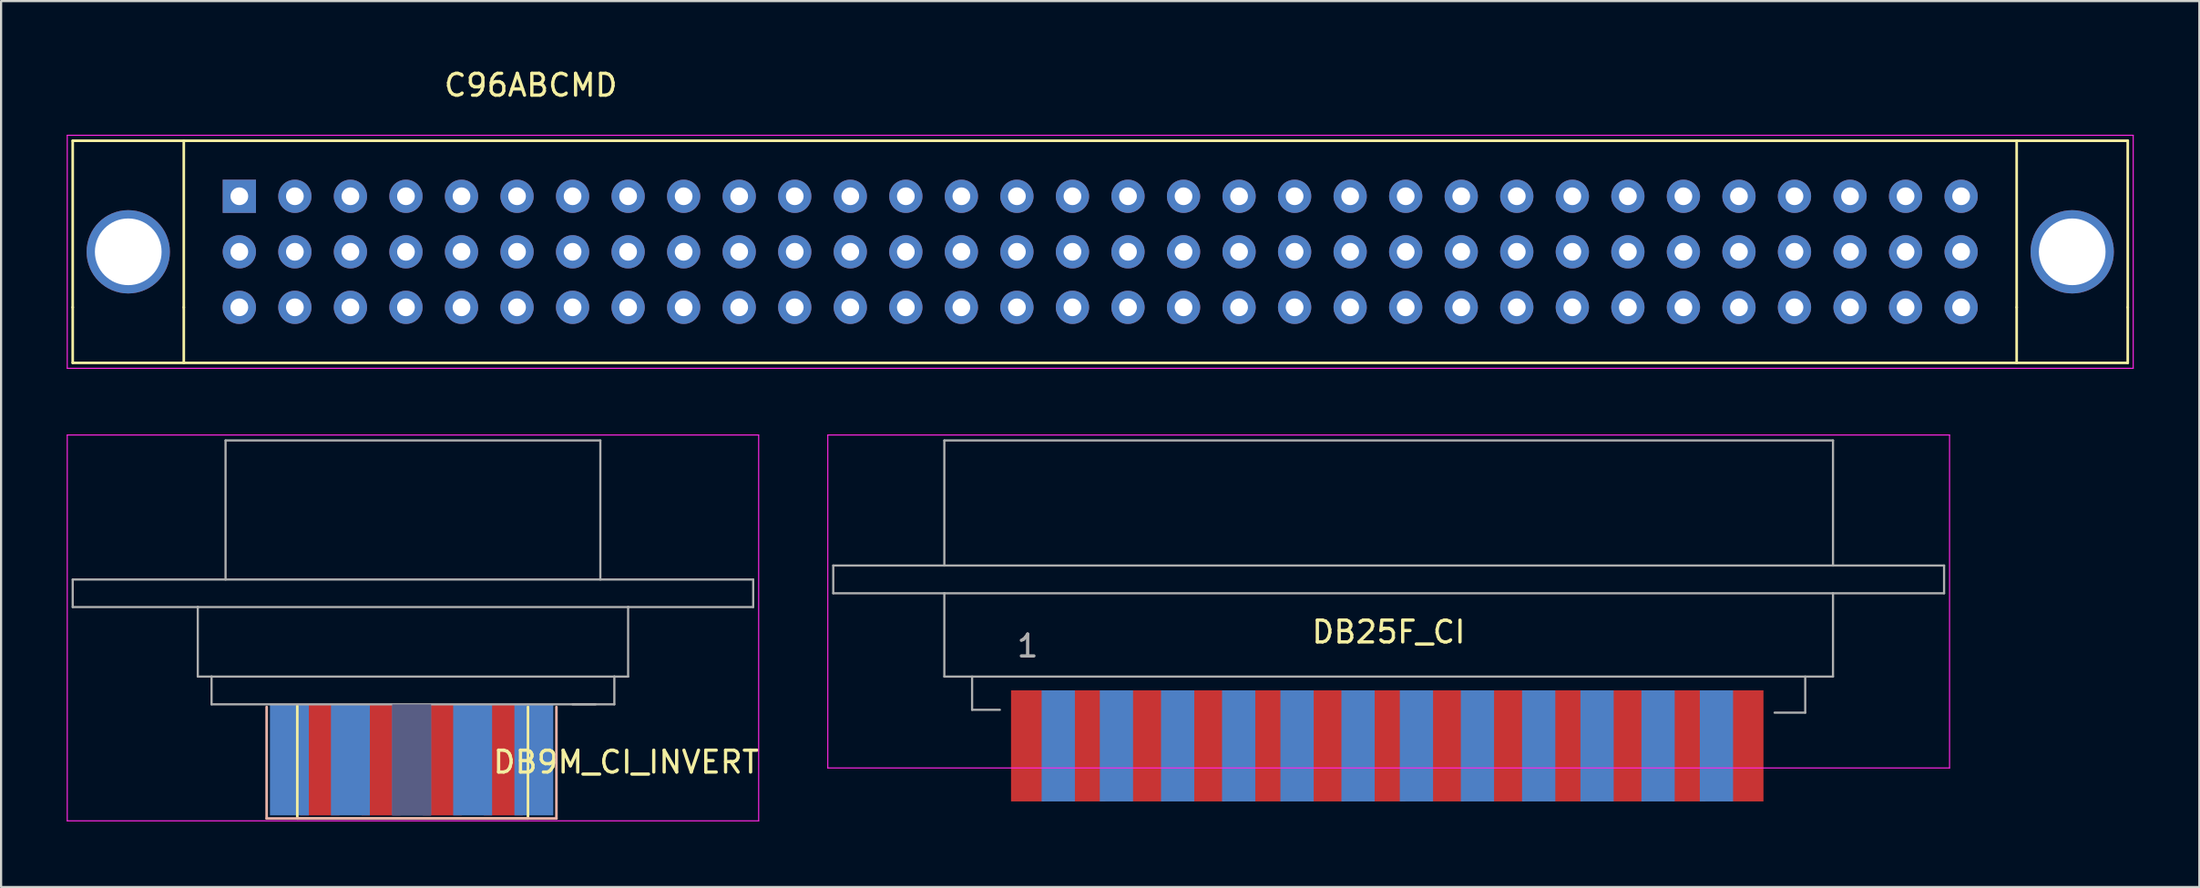
<source format=kicad_pcb>
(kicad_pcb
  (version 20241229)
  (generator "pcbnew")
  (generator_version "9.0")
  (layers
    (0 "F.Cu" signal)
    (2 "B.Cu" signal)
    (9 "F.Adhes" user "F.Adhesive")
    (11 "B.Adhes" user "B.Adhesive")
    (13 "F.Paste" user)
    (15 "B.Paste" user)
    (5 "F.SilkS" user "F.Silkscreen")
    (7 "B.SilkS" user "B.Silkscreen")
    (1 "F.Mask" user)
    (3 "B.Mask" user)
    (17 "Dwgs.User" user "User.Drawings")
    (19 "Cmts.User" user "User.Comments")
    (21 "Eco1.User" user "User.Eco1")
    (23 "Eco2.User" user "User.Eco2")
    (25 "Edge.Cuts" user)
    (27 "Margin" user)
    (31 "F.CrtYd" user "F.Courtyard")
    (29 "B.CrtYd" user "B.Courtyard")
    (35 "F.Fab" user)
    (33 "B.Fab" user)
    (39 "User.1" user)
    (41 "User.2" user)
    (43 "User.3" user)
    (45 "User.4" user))
  (footprint "C96ABCMD"
    (layer "F.Cu")
    (at 7.895 5.928)
    (property "Reference" "C96ABCMD" (at 13.33 -5.08 0) (layer "F.SilkS") (effects (font (size 1 1) (thickness 0.15))))
    (attr through_hole)
    (fp_line (start -7.62 -2.54) (end 86.36 -2.54) (stroke (width 0.12) (type solid)) (layer "F.SilkS"))
    (fp_line (start -7.62 5.08) (end -7.62 -2.54) (stroke (width 0.12) (type solid)) (layer "F.SilkS"))
    (fp_line (start -7.62 5.08) (end -7.62 7.62) (stroke (width 0.12) (type solid)) (layer "F.SilkS"))
    (fp_line (start -7.62 7.62) (end 86.36 7.62) (stroke (width 0.12) (type solid)) (layer "F.SilkS"))
    (fp_line (start -2.54 5.08) (end -2.54 -2.54) (stroke (width 0.12) (type solid)) (layer "F.SilkS"))
    (fp_line (start -2.54 5.08) (end -2.54 7.62) (stroke (width 0.12) (type solid)) (layer "F.SilkS"))
    (fp_line (start 81.28 5.08) (end 81.28 -2.54) (stroke (width 0.12) (type solid)) (layer "F.SilkS"))
    (fp_line (start 81.28 7.62) (end 81.28 5.08) (stroke (width 0.12) (type solid)) (layer "F.SilkS"))
    (fp_line (start 86.36 -2.54) (end 86.36 5.08) (stroke (width 0.12) (type solid)) (layer "F.SilkS"))
    (fp_line (start 86.36 7.62) (end 86.36 5.08) (stroke (width 0.12) (type solid)) (layer "F.SilkS"))
    (fp_line (start -7.87 -2.79) (end -7.87 7.87) (stroke (width 0.05) (type solid)) (layer "F.CrtYd"))
    (fp_line (start -7.87 -2.79) (end 86.61 -2.79) (stroke (width 0.05) (type solid)) (layer "F.CrtYd"))
    (fp_line (start 86.61 7.87) (end -7.87 7.87) (stroke (width 0.05) (type solid)) (layer "F.CrtYd"))
    (fp_line (start 86.61 7.87) (end 86.61 -2.79) (stroke (width 0.05) (type solid)) (layer "F.CrtYd"))
    (pad "65" thru_hole circle (at -5.08 2.54) (size 3.81 3.81) (drill 3.05) (layers "*.Cu" "*.Mask"))
    (pad "66" thru_hole circle (at 83.82 2.54) (size 3.81 3.81) (drill 3.05) (layers "*.Cu" "*.Mask"))
    (pad "A1" thru_hole rect (at 0 0) (size 1.52 1.52) (drill 0.81) (layers "*.Cu" "*.Mask"))
    (pad "A2" thru_hole circle (at 2.54 0) (size 1.52 1.52) (drill 0.81) (layers "*.Cu" "*.Mask"))
    (pad "A3" thru_hole circle (at 5.08 0) (size 1.52 1.52) (drill 0.81) (layers "*.Cu" "*.Mask"))
    (pad "A4" thru_hole circle (at 7.62 0) (size 1.52 1.52) (drill 0.81) (layers "*.Cu" "*.Mask"))
    (pad "A5" thru_hole circle (at 10.16 0) (size 1.52 1.52) (drill 0.81) (layers "*.Cu" "*.Mask"))
    (pad "A6" thru_hole circle (at 12.7 0) (size 1.52 1.52) (drill 0.81) (layers "*.Cu" "*.Mask"))
    (pad "A7" thru_hole circle (at 15.24 0) (size 1.52 1.52) (drill 0.81) (layers "*.Cu" "*.Mask"))
    (pad "A8" thru_hole circle (at 17.78 0) (size 1.52 1.52) (drill 0.81) (layers "*.Cu" "*.Mask"))
    (pad "A9" thru_hole circle (at 20.32 0) (size 1.52 1.52) (drill 0.81) (layers "*.Cu" "*.Mask"))
    (pad "A10" thru_hole circle (at 22.86 0) (size 1.52 1.52) (drill 0.81) (layers "*.Cu" "*.Mask"))
    (pad "A11" thru_hole circle (at 25.4 0) (size 1.52 1.52) (drill 0.81) (layers "*.Cu" "*.Mask"))
    (pad "A12" thru_hole circle (at 27.94 0) (size 1.52 1.52) (drill 0.81) (layers "*.Cu" "*.Mask"))
    (pad "A13" thru_hole circle (at 30.48 0) (size 1.52 1.52) (drill 0.81) (layers "*.Cu" "*.Mask"))
    (pad "A14" thru_hole circle (at 33.02 0) (size 1.52 1.52) (drill 0.81) (layers "*.Cu" "*.Mask"))
    (pad "A15" thru_hole circle (at 35.56 0) (size 1.52 1.52) (drill 0.81) (layers "*.Cu" "*.Mask"))
    (pad "A16" thru_hole circle (at 38.1 0) (size 1.52 1.52) (drill 0.81) (layers "*.Cu" "*.Mask"))
    (pad "A17" thru_hole circle (at 40.64 0) (size 1.52 1.52) (drill 0.81) (layers "*.Cu" "*.Mask"))
    (pad "A18" thru_hole circle (at 43.18 0) (size 1.52 1.52) (drill 0.81) (layers "*.Cu" "*.Mask"))
    (pad "A19" thru_hole circle (at 45.72 0) (size 1.52 1.52) (drill 0.81) (layers "*.Cu" "*.Mask"))
    (pad "A20" thru_hole circle (at 48.26 0) (size 1.52 1.52) (drill 0.81) (layers "*.Cu" "*.Mask"))
    (pad "A21" thru_hole circle (at 50.8 0) (size 1.52 1.52) (drill 0.81) (layers "*.Cu" "*.Mask"))
    (pad "A22" thru_hole circle (at 53.34 0) (size 1.52 1.52) (drill 0.81) (layers "*.Cu" "*.Mask"))
    (pad "A23" thru_hole circle (at 55.88 0) (size 1.52 1.52) (drill 0.81) (layers "*.Cu" "*.Mask"))
    (pad "A24" thru_hole circle (at 58.42 0) (size 1.52 1.52) (drill 0.81) (layers "*.Cu" "*.Mask"))
    (pad "A25" thru_hole circle (at 60.96 0) (size 1.52 1.52) (drill 0.81) (layers "*.Cu" "*.Mask"))
    (pad "A26" thru_hole circle (at 63.5 0) (size 1.52 1.52) (drill 0.81) (layers "*.Cu" "*.Mask"))
    (pad "A27" thru_hole circle (at 66.04 0) (size 1.52 1.52) (drill 0.81) (layers "*.Cu" "*.Mask"))
    (pad "A28" thru_hole circle (at 68.58 0) (size 1.52 1.52) (drill 0.81) (layers "*.Cu" "*.Mask"))
    (pad "A29" thru_hole circle (at 71.12 0) (size 1.52 1.52) (drill 0.81) (layers "*.Cu" "*.Mask"))
    (pad "A30" thru_hole circle (at 73.66 0) (size 1.52 1.52) (drill 0.81) (layers "*.Cu" "*.Mask"))
    (pad "A31" thru_hole circle (at 76.2 0) (size 1.52 1.52) (drill 0.81) (layers "*.Cu" "*.Mask"))
    (pad "A32" thru_hole circle (at 78.74 0) (size 1.52 1.52) (drill 0.81) (layers "*.Cu" "*.Mask"))
    (pad "B1" thru_hole circle (at 0 2.54) (size 1.52 1.52) (drill 0.81) (layers "*.Cu" "*.Mask"))
    (pad "B2" thru_hole circle (at 2.54 2.54) (size 1.52 1.52) (drill 0.81) (layers "*.Cu" "*.Mask"))
    (pad "B3" thru_hole circle (at 5.08 2.54) (size 1.52 1.52) (drill 0.81) (layers "*.Cu" "*.Mask"))
    (pad "B4" thru_hole circle (at 7.62 2.54) (size 1.52 1.52) (drill 0.81) (layers "*.Cu" "*.Mask"))
    (pad "B5" thru_hole circle (at 10.16 2.54) (size 1.52 1.52) (drill 0.81) (layers "*.Cu" "*.Mask"))
    (pad "B6" thru_hole circle (at 12.7 2.54) (size 1.52 1.52) (drill 0.81) (layers "*.Cu" "*.Mask"))
    (pad "B7" thru_hole circle (at 15.24 2.54) (size 1.52 1.52) (drill 0.81) (layers "*.Cu" "*.Mask"))
    (pad "B8" thru_hole circle (at 17.78 2.54) (size 1.52 1.52) (drill 0.81) (layers "*.Cu" "*.Mask"))
    (pad "B9" thru_hole circle (at 20.32 2.54) (size 1.52 1.52) (drill 0.81) (layers "*.Cu" "*.Mask"))
    (pad "B10" thru_hole circle (at 22.86 2.54) (size 1.52 1.52) (drill 0.81) (layers "*.Cu" "*.Mask"))
    (pad "B11" thru_hole circle (at 25.4 2.54) (size 1.52 1.52) (drill 0.81) (layers "*.Cu" "*.Mask"))
    (pad "B12" thru_hole circle (at 27.94 2.54) (size 1.52 1.52) (drill 0.81) (layers "*.Cu" "*.Mask"))
    (pad "B13" thru_hole circle (at 30.48 2.54) (size 1.52 1.52) (drill 0.81) (layers "*.Cu" "*.Mask"))
    (pad "B14" thru_hole circle (at 33.02 2.54) (size 1.52 1.52) (drill 0.81) (layers "*.Cu" "*.Mask"))
    (pad "B15" thru_hole circle (at 35.56 2.54) (size 1.52 1.52) (drill 0.81) (layers "*.Cu" "*.Mask"))
    (pad "B16" thru_hole circle (at 38.1 2.54) (size 1.52 1.52) (drill 0.81) (layers "*.Cu" "*.Mask"))
    (pad "B17" thru_hole circle (at 40.64 2.54) (size 1.52 1.52) (drill 0.81) (layers "*.Cu" "*.Mask"))
    (pad "B18" thru_hole circle (at 43.18 2.54) (size 1.52 1.52) (drill 0.81) (layers "*.Cu" "*.Mask"))
    (pad "B19" thru_hole circle (at 45.72 2.54) (size 1.52 1.52) (drill 0.81) (layers "*.Cu" "*.Mask"))
    (pad "B20" thru_hole circle (at 48.26 2.54) (size 1.52 1.52) (drill 0.81) (layers "*.Cu" "*.Mask"))
    (pad "B21" thru_hole circle (at 50.8 2.54) (size 1.52 1.52) (drill 0.81) (layers "*.Cu" "*.Mask"))
    (pad "B22" thru_hole circle (at 53.34 2.54) (size 1.52 1.52) (drill 0.81) (layers "*.Cu" "*.Mask"))
    (pad "B23" thru_hole circle (at 55.88 2.54) (size 1.52 1.52) (drill 0.81) (layers "*.Cu" "*.Mask"))
    (pad "B24" thru_hole circle (at 58.42 2.54) (size 1.52 1.52) (drill 0.81) (layers "*.Cu" "*.Mask"))
    (pad "B25" thru_hole circle (at 60.96 2.54) (size 1.52 1.52) (drill 0.81) (layers "*.Cu" "*.Mask"))
    (pad "B26" thru_hole circle (at 63.5 2.54) (size 1.52 1.52) (drill 0.81) (layers "*.Cu" "*.Mask"))
    (pad "B27" thru_hole circle (at 66.04 2.54) (size 1.52 1.52) (drill 0.81) (layers "*.Cu" "*.Mask"))
    (pad "B28" thru_hole circle (at 68.58 2.54) (size 1.52 1.52) (drill 0.81) (layers "*.Cu" "*.Mask"))
    (pad "B29" thru_hole circle (at 71.12 2.54) (size 1.52 1.52) (drill 0.81) (layers "*.Cu" "*.Mask"))
    (pad "B30" thru_hole circle (at 73.66 2.54) (size 1.52 1.52) (drill 0.81) (layers "*.Cu" "*.Mask"))
    (pad "B31" thru_hole circle (at 76.2 2.54) (size 1.52 1.52) (drill 0.81) (layers "*.Cu" "*.Mask"))
    (pad "B32" thru_hole circle (at 78.74 2.54) (size 1.52 1.52) (drill 0.81) (layers "*.Cu" "*.Mask"))
    (pad "C1" thru_hole circle (at 0 5.08) (size 1.52 1.52) (drill 0.81) (layers "*.Cu" "*.Mask"))
    (pad "C2" thru_hole circle (at 2.54 5.08) (size 1.52 1.52) (drill 0.81) (layers "*.Cu" "*.Mask"))
    (pad "C3" thru_hole circle (at 5.08 5.08) (size 1.52 1.52) (drill 0.81) (layers "*.Cu" "*.Mask"))
    (pad "C4" thru_hole circle (at 7.62 5.08) (size 1.52 1.52) (drill 0.81) (layers "*.Cu" "*.Mask"))
    (pad "C5" thru_hole circle (at 10.16 5.08) (size 1.52 1.52) (drill 0.81) (layers "*.Cu" "*.Mask"))
    (pad "C6" thru_hole circle (at 12.7 5.08) (size 1.52 1.52) (drill 0.81) (layers "*.Cu" "*.Mask"))
    (pad "C7" thru_hole circle (at 15.24 5.08) (size 1.52 1.52) (drill 0.81) (layers "*.Cu" "*.Mask"))
    (pad "C8" thru_hole circle (at 17.78 5.08) (size 1.52 1.52) (drill 0.81) (layers "*.Cu" "*.Mask"))
    (pad "C9" thru_hole circle (at 20.32 5.08) (size 1.52 1.52) (drill 0.81) (layers "*.Cu" "*.Mask"))
    (pad "C10" thru_hole circle (at 22.86 5.08) (size 1.52 1.52) (drill 0.81) (layers "*.Cu" "*.Mask"))
    (pad "C11" thru_hole circle (at 25.4 5.08) (size 1.52 1.52) (drill 0.81) (layers "*.Cu" "*.Mask"))
    (pad "C12" thru_hole circle (at 27.94 5.08) (size 1.52 1.52) (drill 0.81) (layers "*.Cu" "*.Mask"))
    (pad "C13" thru_hole circle (at 30.48 5.08) (size 1.52 1.52) (drill 0.81) (layers "*.Cu" "*.Mask"))
    (pad "C14" thru_hole circle (at 33.02 5.08) (size 1.52 1.52) (drill 0.81) (layers "*.Cu" "*.Mask"))
    (pad "C15" thru_hole circle (at 35.56 5.08) (size 1.52 1.52) (drill 0.81) (layers "*.Cu" "*.Mask"))
    (pad "C16" thru_hole circle (at 38.1 5.08) (size 1.52 1.52) (drill 0.81) (layers "*.Cu" "*.Mask"))
    (pad "C17" thru_hole circle (at 40.64 5.08) (size 1.52 1.52) (drill 0.81) (layers "*.Cu" "*.Mask"))
    (pad "C18" thru_hole circle (at 43.18 5.08) (size 1.52 1.52) (drill 0.81) (layers "*.Cu" "*.Mask"))
    (pad "C19" thru_hole circle (at 45.72 5.08) (size 1.52 1.52) (drill 0.81) (layers "*.Cu" "*.Mask"))
    (pad "C20" thru_hole circle (at 48.26 5.08) (size 1.52 1.52) (drill 0.81) (layers "*.Cu" "*.Mask"))
    (pad "C21" thru_hole circle (at 50.8 5.08) (size 1.52 1.52) (drill 0.81) (layers "*.Cu" "*.Mask"))
    (pad "C22" thru_hole circle (at 53.34 5.08) (size 1.52 1.52) (drill 0.81) (layers "*.Cu" "*.Mask"))
    (pad "C23" thru_hole circle (at 55.88 5.08) (size 1.52 1.52) (drill 0.81) (layers "*.Cu" "*.Mask"))
    (pad "C24" thru_hole circle (at 58.42 5.08) (size 1.52 1.52) (drill 0.81) (layers "*.Cu" "*.Mask"))
    (pad "C25" thru_hole circle (at 60.96 5.08) (size 1.52 1.52) (drill 0.81) (layers "*.Cu" "*.Mask"))
    (pad "C26" thru_hole circle (at 63.5 5.08) (size 1.52 1.52) (drill 0.81) (layers "*.Cu" "*.Mask"))
    (pad "C27" thru_hole circle (at 66.04 5.08) (size 1.52 1.52) (drill 0.81) (layers "*.Cu" "*.Mask"))
    (pad "C28" thru_hole circle (at 68.58 5.08) (size 1.52 1.52) (drill 0.81) (layers "*.Cu" "*.Mask"))
    (pad "C29" thru_hole circle (at 71.12 5.08) (size 1.52 1.52) (drill 0.81) (layers "*.Cu" "*.Mask"))
    (pad "C30" thru_hole circle (at 73.66 5.08) (size 1.52 1.52) (drill 0.81) (layers "*.Cu" "*.Mask"))
    (pad "C31" thru_hole circle (at 76.2 5.08) (size 1.52 1.52) (drill 0.81) (layers "*.Cu" "*.Mask"))
    (pad "C32" thru_hole circle (at 78.74 5.08) (size 1.52 1.52) (drill 0.81) (layers "*.Cu" "*.Mask")))
  (footprint "DB25F_CI"
    (layer "F.Cu")
    (at 43.946 31.068)
    (property "Reference" "DB25F_CI" (at 16.51 -5.21 180) (layer "F.SilkS") (effects (font (size 1 1) (thickness 0.15))))
    (attr through_hole)
    (fp_line (start -9.14 -14.22) (end -9.14 1.01) (stroke (width 0.05) (type solid)) (layer "F.CrtYd"))
    (fp_line (start -9.14 -14.22) (end 42.16 -14.22) (stroke (width 0.05) (type solid)) (layer "F.CrtYd"))
    (fp_line (start 42.16 1.01) (end -9.14 1.01) (stroke (width 0.05) (type solid)) (layer "F.CrtYd"))
    (fp_line (start 42.16 1.01) (end 42.16 -14.22) (stroke (width 0.05) (type solid)) (layer "F.CrtYd"))
    (fp_line (start -8.89 -8.25) (end 41.91 -8.25) (stroke (width 0.1) (type solid)) (layer "F.Fab"))
    (fp_line (start -8.89 -6.98) (end -8.89 -8.25) (stroke (width 0.1) (type solid)) (layer "F.Fab"))
    (fp_line (start -3.81 -13.97) (end 36.83 -13.97) (stroke (width 0.1) (type solid)) (layer "F.Fab"))
    (fp_line (start -3.81 -8.25) (end -3.81 -13.97) (stroke (width 0.1) (type solid)) (layer "F.Fab"))
    (fp_line (start -3.81 -6.98) (end -8.89 -6.98) (stroke (width 0.1) (type solid)) (layer "F.Fab"))
    (fp_line (start -3.81 -6.98) (end 36.83 -6.98) (stroke (width 0.1) (type solid)) (layer "F.Fab"))
    (fp_line (start -3.81 -3.17) (end -3.81 -6.98) (stroke (width 0.1) (type solid)) (layer "F.Fab"))
    (fp_line (start -2.54 -3.17) (end -2.54 -1.65) (stroke (width 0.1) (type solid)) (layer "F.Fab"))
    (fp_line (start -2.54 -1.65) (end -1.27 -1.65) (stroke (width 0.1) (type solid)) (layer "F.Fab"))
    (fp_line (start 35.56 -3.17) (end 35.56 -1.52) (stroke (width 0.1) (type solid)) (layer "F.Fab"))
    (fp_line (start 35.56 -1.52) (end 34.16 -1.52) (stroke (width 0.1) (type solid)) (layer "F.Fab"))
    (fp_line (start 36.83 -13.97) (end 36.83 -8.25) (stroke (width 0.1) (type solid)) (layer "F.Fab"))
    (fp_line (start 36.83 -6.98) (end 36.83 -3.17) (stroke (width 0.1) (type solid)) (layer "F.Fab"))
    (fp_line (start 36.83 -3.17) (end -3.81 -3.17) (stroke (width 0.1) (type solid)) (layer "F.Fab"))
    (fp_line (start 41.91 -8.25) (end 41.91 -6.98) (stroke (width 0.1) (type solid)) (layer "F.Fab"))
    (fp_line (start 41.91 -6.98) (end 36.83 -6.98) (stroke (width 0.1) (type solid)) (layer "F.Fab"))
    (fp_text user "1" (at 0 -4.57 180) (layer "F.Fab") (effects (font (size 1 1) (thickness 0.15))))
    (pad "1" connect rect (at 0 0 90) (size 5.08 1.52) (layers "F.Cu" "F.Mask"))
    (pad "2" connect rect (at 2.79 0 90) (size 5.08 1.52) (layers "F.Cu" "F.Mask"))
    (pad "3" connect rect (at 5.46 0 90) (size 5.08 1.52) (layers "F.Cu" "F.Mask"))
    (pad "4" connect rect (at 8.26 0 90) (size 5.08 1.52) (layers "F.Cu" "F.Mask"))
    (pad "5" connect rect (at 10.92 0 90) (size 5.08 1.52) (layers "F.Cu" "F.Mask"))
    (pad "6" connect rect (at 13.72 0 90) (size 5.08 1.52) (layers "F.Cu" "F.Mask"))
    (pad "7" connect rect (at 16.51 0 90) (size 5.08 1.52) (layers "F.Cu" "F.Mask"))
    (pad "8" connect rect (at 19.18 0 90) (size 5.08 1.52) (layers "F.Cu" "F.Mask"))
    (pad "9" connect rect (at 21.97 0 90) (size 5.08 1.52) (layers "F.Cu" "F.Mask"))
    (pad "10" connect rect (at 24.64 0 90) (size 5.08 1.52) (layers "F.Cu" "F.Mask"))
    (pad "11" connect rect (at 27.43 0 90) (size 5.08 1.52) (layers "F.Cu" "F.Mask"))
    (pad "12" connect rect (at 30.23 0 90) (size 5.08 1.52) (layers "F.Cu" "F.Mask"))
    (pad "13" connect rect (at 32.89 0 90) (size 5.08 1.52) (layers "F.Cu" "F.Mask"))
    (pad "14" connect rect (at 1.4 0 90) (size 5.08 1.52) (layers "B.Cu" "B.Mask"))
    (pad "15" connect rect (at 4.06 0 90) (size 5.08 1.52) (layers "B.Cu" "B.Mask"))
    (pad "16" connect rect (at 6.86 0 90) (size 5.08 1.52) (layers "B.Cu" "B.Mask"))
    (pad "17" connect rect (at 9.65 0 90) (size 5.08 1.52) (layers "B.Cu" "B.Mask"))
    (pad "18" connect rect (at 12.32 0 90) (size 5.08 1.52) (layers "B.Cu" "B.Mask"))
    (pad "19" connect rect (at 15.11 0 90) (size 5.08 1.52) (layers "B.Cu" "B.Mask"))
    (pad "20" connect rect (at 17.78 0 90) (size 5.08 1.52) (layers "B.Cu" "B.Mask"))
    (pad "21" connect rect (at 20.57 0 90) (size 5.08 1.52) (layers "B.Cu" "B.Mask"))
    (pad "22" connect rect (at 23.37 0 90) (size 5.08 1.52) (layers "B.Cu" "B.Mask"))
    (pad "23" connect rect (at 26.04 0 90) (size 5.08 1.52) (layers "B.Cu" "B.Mask"))
    (pad "24" connect rect (at 28.83 0 90) (size 5.08 1.52) (layers "B.Cu" "B.Mask"))
    (pad "25" connect rect (at 31.5 0 90) (size 5.08 1.52) (layers "B.Cu" "B.Mask")))
  (footprint "DB9M_CI_INVERT"
    (layer "F.Cu")
    (at 15.775 31.708)
    (property "Reference" "DB9M_CI_INVERT" (at 9.81 0.1 0) (layer "F.SilkS") (effects (font (size 1 1) (thickness 0.15))))
    (attr smd)
    (fp_line (start -5.23 -2.47) (end -5.23 2.68) (stroke (width 0.12) (type solid)) (layer "F.SilkS"))
    (fp_line (start 5.32 2.68) (end -5.23 2.68) (stroke (width 0.12) (type solid)) (layer "F.SilkS"))
    (fp_line (start 5.32 2.68) (end 5.32 -2.42) (stroke (width 0.12) (type solid)) (layer "F.SilkS"))
    (fp_line (start -6.63 2.68) (end -6.63 -2.42) (stroke (width 0.12) (type solid)) (layer "B.SilkS"))
    (fp_line (start 6.62 -2.42) (end 6.62 2.68) (stroke (width 0.12) (type solid)) (layer "B.SilkS"))
    (fp_line (start 6.62 2.68) (end -6.63 2.68) (stroke (width 0.12) (type solid)) (layer "B.SilkS"))
    (fp_line (start -15.75 -14.86) (end -15.75 2.79) (stroke (width 0.05) (type solid)) (layer "F.CrtYd"))
    (fp_line (start -15.75 -14.86) (end 15.87 -14.86) (stroke (width 0.05) (type solid)) (layer "F.CrtYd"))
    (fp_line (start 15.87 2.79) (end -15.75 2.79) (stroke (width 0.05) (type solid)) (layer "F.CrtYd"))
    (fp_line (start 15.87 2.79) (end 15.87 -14.86) (stroke (width 0.05) (type solid)) (layer "F.CrtYd"))
    (fp_line (start -15.5 -8.25) (end 15.62 -8.25) (stroke (width 0.1) (type solid)) (layer "F.Fab"))
    (fp_line (start -15.5 -6.99) (end -15.5 -8.25) (stroke (width 0.1) (type solid)) (layer "F.Fab"))
    (fp_line (start -9.78 -6.99) (end -15.5 -6.99) (stroke (width 0.1) (type solid)) (layer "F.Fab"))
    (fp_line (start -9.78 -3.81) (end -9.78 -6.99) (stroke (width 0.1) (type solid)) (layer "F.Fab"))
    (fp_line (start -9.15 -3.81) (end -9.78 -3.81) (stroke (width 0.1) (type solid)) (layer "F.Fab"))
    (fp_line (start -9.15 -2.54) (end -9.15 -3.81) (stroke (width 0.1) (type solid)) (layer "F.Fab"))
    (fp_line (start -8.51 -14.61) (end 8.63 -14.61) (stroke (width 0.1) (type solid)) (layer "F.Fab"))
    (fp_line (start -8.51 -8.25) (end -8.51 -14.61) (stroke (width 0.1) (type solid)) (layer "F.Fab"))
    (fp_line (start 7.36 -2.54) (end 9.27 -2.54) (stroke (width 0.1) (type solid)) (layer "F.Fab"))
    (fp_line (start 8.41 -2.54) (end -9.15 -2.54) (stroke (width 0.1) (type solid)) (layer "F.Fab"))
    (fp_line (start 8.63 -8.25) (end 8.63 -14.61) (stroke (width 0.1) (type solid)) (layer "F.Fab"))
    (fp_line (start 9.27 -3.81) (end -9.15 -3.81) (stroke (width 0.1) (type solid)) (layer "F.Fab"))
    (fp_line (start 9.27 -2.54) (end 9.27 -3.81) (stroke (width 0.1) (type solid)) (layer "F.Fab"))
    (fp_line (start 9.9 -6.99) (end -9.78 -6.99) (stroke (width 0.1) (type solid)) (layer "F.Fab"))
    (fp_line (start 9.9 -3.81) (end 9.27 -3.81) (stroke (width 0.1) (type solid)) (layer "F.Fab"))
    (fp_line (start 9.9 -3.81) (end 9.9 -6.99) (stroke (width 0.1) (type solid)) (layer "F.Fab"))
    (fp_line (start 15.62 -6.99) (end 9.9 -6.99) (stroke (width 0.1) (type solid)) (layer "F.Fab"))
    (fp_line (start 15.62 -6.99) (end 15.62 -8.25) (stroke (width 0.1) (type solid)) (layer "F.Fab"))
    (pad "1" connect rect (at -5.59 0) (size 1.78 5.08) (layers "F.Mask" "B.Cu"))
    (pad "2" connect rect (at -2.8 0) (size 1.78 5.08) (layers "B.Cu" "B.Mask"))
    (pad "3" connect rect (at 0 0) (size 1.78 5.08) (layers "B.Cu" "B.Fab"))
    (pad "4" connect rect (at 2.79 0) (size 1.78 5.08) (layers "B.Cu" "B.Mask"))
    (pad "5" connect rect (at 5.59 0) (size 1.78 5.08) (layers "B.Cu" "B.Mask"))
    (pad "6" connect rect (at -4.19 0) (size 1.78 5.08) (layers "F.Cu" "F.Mask"))
    (pad "7" connect rect (at -1.4 0) (size 1.78 5.08) (layers "F.Cu" "F.Mask"))
    (pad "8" connect rect (at 1.4 0) (size 1.78 5.08) (layers "F.Cu" "F.Mask"))
    (pad "9" connect rect (at 4.19 0) (size 1.78 5.08) (layers "F.Cu" "F.Mask")))
  (gr_rect
    (start -3 -3)
    (end 97.53 37.523)
    (stroke (width 0.1) (type default))
    (fill no)
    (layer "Edge.Cuts")))
</source>
